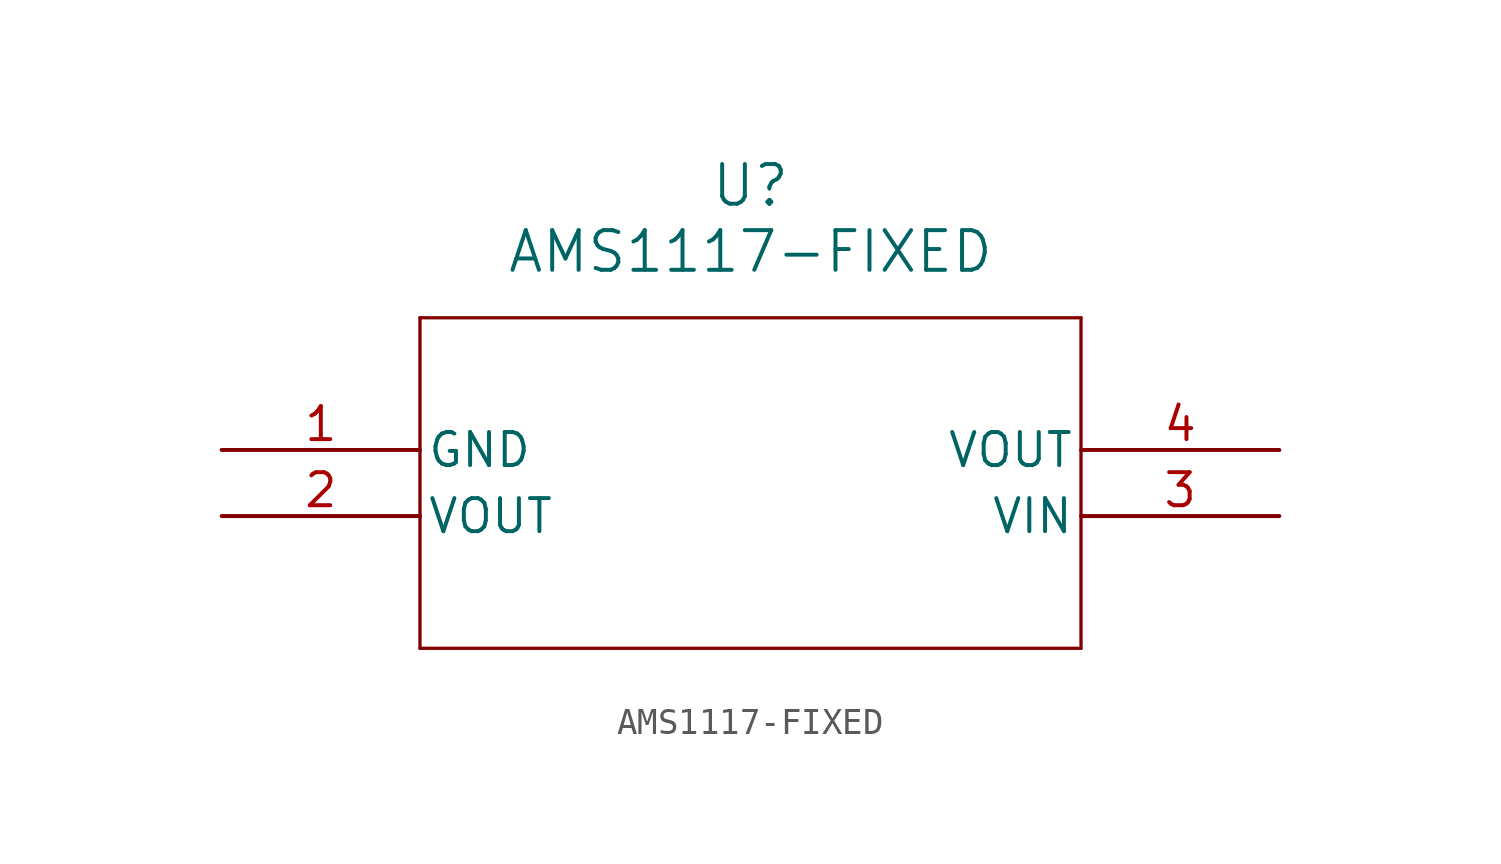
<source format=kicad_sym>
(kicad_symbol_lib
  (version 20211014)
  (generator kicad_symbol_editor)
  (symbol "AMS1117-FIXED"
    (pin_names
      (offset 0.254))
    (property "Reference" "U"
      (at 20.32 10.16 0)
      (effects (font (size 1.524 1.524))))
    (property "Value" "AMS1117-FIXED"
      (at 20.32 7.62 0)
      (effects (font (size 1.524 1.524))))
    (symbol "AMS1117-FIXED_0_1"
      (polyline (pts (xy 7.62 5.08) (xy 7.62 -7.62)) (stroke (width 0.127) (type default) (color 0 0 0 0)) (fill (type none)))
      (polyline (pts (xy 7.62 -7.62) (xy 33.02 -7.62)) (stroke (width 0.127) (type default) (color 0 0 0 0)) (fill (type none)))
      (polyline (pts (xy 33.02 -7.62) (xy 33.02 5.08)) (stroke (width 0.127) (type default) (color 0 0 0 0)) (fill (type none)))
      (polyline (pts (xy 33.02 5.08) (xy 7.62 5.08)) (stroke (width 0.127) (type default) (color 0 0 0 0)) (fill (type none)))
      (pin power_out line (at 0 0 0) (length 7.62) (name "GND" (effects (font (size 1.27 1.27)))) (number "1" (effects (font (size 1.27 1.27)))))
      (pin output line (at 0 -2.54 0) (length 7.62) (name "VOUT" (effects (font (size 1.27 1.27)))) (number "2" (effects (font (size 1.27 1.27)))))
      (pin input line (at 40.64 -2.54 180) (length 7.62) (name "VIN" (effects (font (size 1.27 1.27)))) (number "3" (effects (font (size 1.27 1.27)))))
      (pin output line (at 40.64 0 180) (length 7.62) (name "VOUT" (effects (font (size 1.27 1.27)))) (number "4" (effects (font (size 1.27 1.27))))))))
</source>
